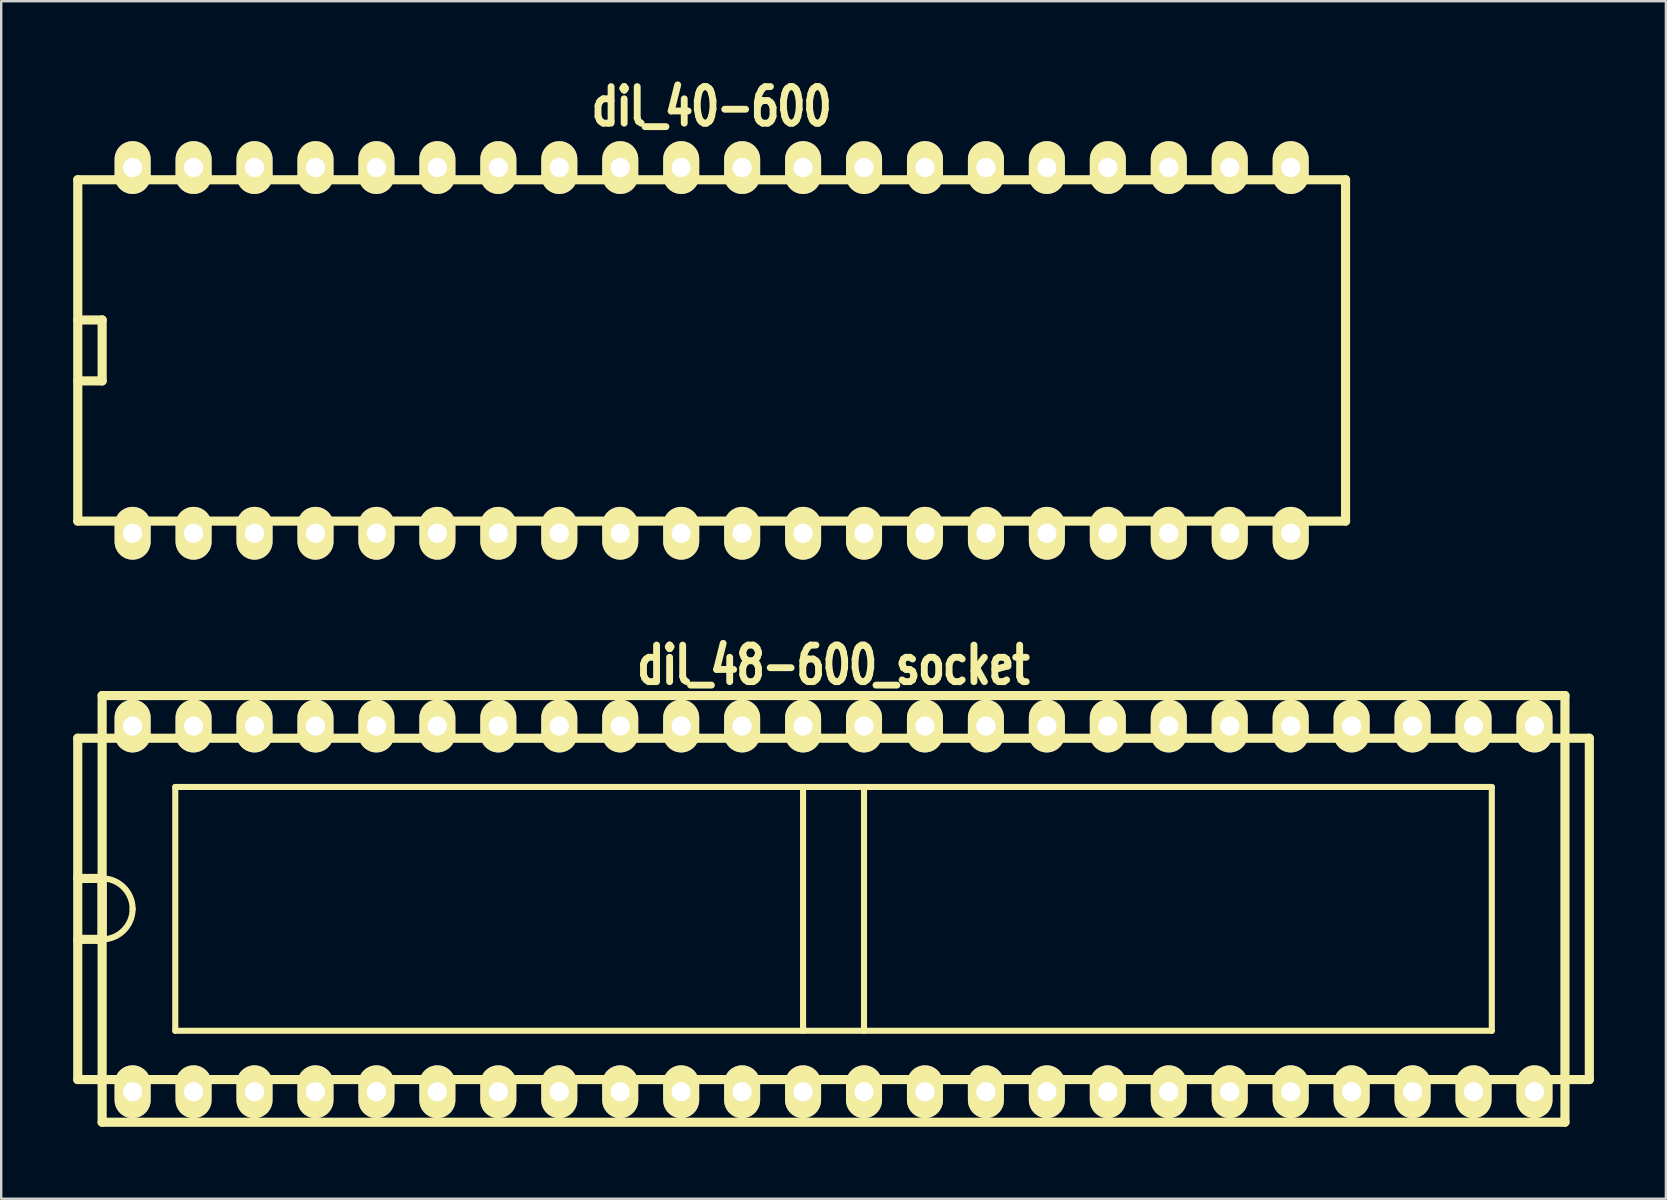
<source format=kicad_pcb>
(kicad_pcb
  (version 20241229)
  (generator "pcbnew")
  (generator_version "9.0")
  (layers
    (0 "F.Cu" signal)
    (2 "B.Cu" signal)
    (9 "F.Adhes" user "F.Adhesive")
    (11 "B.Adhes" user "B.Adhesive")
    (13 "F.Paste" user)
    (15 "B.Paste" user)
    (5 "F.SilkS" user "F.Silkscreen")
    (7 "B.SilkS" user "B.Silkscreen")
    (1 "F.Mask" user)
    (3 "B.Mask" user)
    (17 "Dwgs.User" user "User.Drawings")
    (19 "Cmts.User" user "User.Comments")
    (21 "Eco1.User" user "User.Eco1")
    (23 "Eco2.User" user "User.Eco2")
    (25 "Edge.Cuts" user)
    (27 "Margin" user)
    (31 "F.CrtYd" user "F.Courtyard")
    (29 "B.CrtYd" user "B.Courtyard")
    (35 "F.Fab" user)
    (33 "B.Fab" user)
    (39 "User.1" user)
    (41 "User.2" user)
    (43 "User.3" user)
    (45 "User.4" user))
  (footprint "dil_40-600"
    (layer "F.Cu")
    (at 26.607 11.553)
    (property "Reference" "dil_40-600" (at 0 -10.16 0) (layer "F.SilkS") (effects (font (size 1.524 1.143) (thickness 0.287))))
    (attr through_hole)
    (fp_line (start -26.416 -7.112) (end -26.416 7.112) (stroke (width 0.381) (type solid)) (layer "F.SilkS"))
    (fp_line (start -25.4 -1.27) (end -26.416 -1.27) (stroke (width 0.381) (type solid)) (layer "F.SilkS"))
    (fp_line (start -25.4 -1.27) (end -25.4 1.27) (stroke (width 0.381) (type solid)) (layer "F.SilkS"))
    (fp_line (start -25.4 1.27) (end -26.416 1.27) (stroke (width 0.381) (type solid)) (layer "F.SilkS"))
    (fp_line (start 26.416 -7.112) (end -26.416 -7.112) (stroke (width 0.381) (type solid)) (layer "F.SilkS"))
    (fp_line (start 26.416 7.112) (end -26.416 7.112) (stroke (width 0.381) (type solid)) (layer "F.SilkS"))
    (fp_line (start 26.416 7.112) (end 26.416 -7.112) (stroke (width 0.381) (type solid)) (layer "F.SilkS"))
    (pad "1" thru_hole oval (at -24.13 7.62) (size 1.501 2.2) (drill 0.8) (layers "*.Cu" "*.Mask" "F.SilkS"))
    (pad "2" thru_hole oval (at -21.59 7.62) (size 1.501 2.2) (drill 0.8) (layers "*.Cu" "*.Mask" "F.SilkS"))
    (pad "3" thru_hole oval (at -19.05 7.62) (size 1.501 2.2) (drill 0.8) (layers "*.Cu" "*.Mask" "F.SilkS"))
    (pad "4" thru_hole oval (at -16.51 7.62) (size 1.501 2.2) (drill 0.8) (layers "*.Cu" "*.Mask" "F.SilkS"))
    (pad "5" thru_hole oval (at -13.97 7.62) (size 1.501 2.2) (drill 0.8) (layers "*.Cu" "*.Mask" "F.SilkS"))
    (pad "6" thru_hole oval (at -11.43 7.62) (size 1.501 2.2) (drill 0.8) (layers "*.Cu" "*.Mask" "F.SilkS"))
    (pad "7" thru_hole oval (at -8.89 7.62) (size 1.501 2.2) (drill 0.8) (layers "*.Cu" "*.Mask" "F.SilkS"))
    (pad "8" thru_hole oval (at -6.35 7.62) (size 1.501 2.2) (drill 0.8) (layers "*.Cu" "*.Mask" "F.SilkS"))
    (pad "9" thru_hole oval (at -3.81 7.62) (size 1.501 2.2) (drill 0.8) (layers "*.Cu" "*.Mask" "F.SilkS"))
    (pad "10" thru_hole oval (at -1.27 7.62) (size 1.501 2.2) (drill 0.8) (layers "*.Cu" "*.Mask" "F.SilkS"))
    (pad "11" thru_hole oval (at 1.27 7.62) (size 1.501 2.2) (drill 0.8) (layers "*.Cu" "*.Mask" "F.SilkS"))
    (pad "12" thru_hole oval (at 3.81 7.62) (size 1.501 2.2) (drill 0.8) (layers "*.Cu" "*.Mask" "F.SilkS"))
    (pad "13" thru_hole oval (at 6.35 7.62) (size 1.501 2.2) (drill 0.8) (layers "*.Cu" "*.Mask" "F.SilkS"))
    (pad "14" thru_hole oval (at 8.89 7.62) (size 1.501 2.2) (drill 0.8) (layers "*.Cu" "*.Mask" "F.SilkS"))
    (pad "15" thru_hole oval (at 11.43 7.62) (size 1.501 2.2) (drill 0.8) (layers "*.Cu" "*.Mask" "F.SilkS"))
    (pad "16" thru_hole oval (at 13.97 7.62) (size 1.501 2.2) (drill 0.8) (layers "*.Cu" "*.Mask" "F.SilkS"))
    (pad "17" thru_hole oval (at 16.51 7.62) (size 1.501 2.2) (drill 0.8) (layers "*.Cu" "*.Mask" "F.SilkS"))
    (pad "18" thru_hole oval (at 19.05 7.62) (size 1.501 2.2) (drill 0.8) (layers "*.Cu" "*.Mask" "F.SilkS"))
    (pad "19" thru_hole oval (at 21.59 7.62) (size 1.501 2.2) (drill 0.8) (layers "*.Cu" "*.Mask" "F.SilkS"))
    (pad "20" thru_hole oval (at 24.13 7.62) (size 1.501 2.2) (drill 0.8) (layers "*.Cu" "*.Mask" "F.SilkS"))
    (pad "21" thru_hole oval (at 24.13 -7.62) (size 1.501 2.2) (drill 0.8) (layers "*.Cu" "*.Mask" "F.SilkS"))
    (pad "22" thru_hole oval (at 21.59 -7.62) (size 1.501 2.2) (drill 0.8) (layers "*.Cu" "*.Mask" "F.SilkS"))
    (pad "23" thru_hole oval (at 19.05 -7.62) (size 1.501 2.2) (drill 0.8) (layers "*.Cu" "*.Mask" "F.SilkS"))
    (pad "24" thru_hole oval (at 16.51 -7.62) (size 1.501 2.2) (drill 0.8) (layers "*.Cu" "*.Mask" "F.SilkS"))
    (pad "25" thru_hole oval (at 13.97 -7.62) (size 1.501 2.2) (drill 0.8) (layers "*.Cu" "*.Mask" "F.SilkS"))
    (pad "26" thru_hole oval (at 11.43 -7.62) (size 1.501 2.2) (drill 0.8) (layers "*.Cu" "*.Mask" "F.SilkS"))
    (pad "27" thru_hole oval (at 8.89 -7.62) (size 1.501 2.2) (drill 0.8) (layers "*.Cu" "*.Mask" "F.SilkS"))
    (pad "28" thru_hole oval (at 6.35 -7.62) (size 1.501 2.2) (drill 0.8) (layers "*.Cu" "*.Mask" "F.SilkS"))
    (pad "29" thru_hole oval (at 3.81 -7.62) (size 1.501 2.2) (drill 0.8) (layers "*.Cu" "*.Mask" "F.SilkS"))
    (pad "30" thru_hole oval (at 1.27 -7.62) (size 1.501 2.2) (drill 0.8) (layers "*.Cu" "*.Mask" "F.SilkS"))
    (pad "31" thru_hole oval (at -1.27 -7.62) (size 1.501 2.2) (drill 0.8) (layers "*.Cu" "*.Mask" "F.SilkS"))
    (pad "32" thru_hole oval (at -3.81 -7.62) (size 1.501 2.2) (drill 0.8) (layers "*.Cu" "*.Mask" "F.SilkS"))
    (pad "33" thru_hole oval (at -6.35 -7.62) (size 1.501 2.2) (drill 0.8) (layers "*.Cu" "*.Mask" "F.SilkS"))
    (pad "34" thru_hole oval (at -8.89 -7.62) (size 1.501 2.2) (drill 0.8) (layers "*.Cu" "*.Mask" "F.SilkS"))
    (pad "35" thru_hole oval (at -11.43 -7.62) (size 1.501 2.2) (drill 0.8) (layers "*.Cu" "*.Mask" "F.SilkS"))
    (pad "36" thru_hole oval (at -13.97 -7.62) (size 1.501 2.2) (drill 0.8) (layers "*.Cu" "*.Mask" "F.SilkS"))
    (pad "37" thru_hole oval (at -16.51 -7.62) (size 1.501 2.2) (drill 0.8) (layers "*.Cu" "*.Mask" "F.SilkS"))
    (pad "38" thru_hole oval (at -19.05 -7.62) (size 1.501 2.2) (drill 0.8) (layers "*.Cu" "*.Mask" "F.SilkS"))
    (pad "39" thru_hole oval (at -21.59 -7.62) (size 1.501 2.2) (drill 0.8) (layers "*.Cu" "*.Mask" "F.SilkS"))
    (pad "40" thru_hole oval (at -24.13 -7.62) (size 1.501 2.2) (drill 0.8) (layers "*.Cu" "*.Mask" "F.SilkS")))
  (footprint "dil_48-600_socket"
    (layer "F.Cu")
    (at 31.686 34.826)
    (property "Reference" "dil_48-600_socket" (at 0 -10.16 0) (layer "F.SilkS") (effects (font (size 1.524 1.143) (thickness 0.287))))
    (attr through_hole)
    (fp_line (start -31.496 -7.112) (end -31.496 7.112) (stroke (width 0.381) (type solid)) (layer "F.SilkS"))
    (fp_line (start -30.48 -8.89) (end 30.48 -8.89) (stroke (width 0.381) (type solid)) (layer "F.SilkS"))
    (fp_line (start -30.48 -1.27) (end -31.496 -1.27) (stroke (width 0.381) (type solid)) (layer "F.SilkS"))
    (fp_line (start -30.48 -1.27) (end -30.48 1.27) (stroke (width 0.381) (type solid)) (layer "F.SilkS"))
    (fp_line (start -30.48 1.27) (end -31.496 1.27) (stroke (width 0.381) (type solid)) (layer "F.SilkS"))
    (fp_line (start -30.48 8.89) (end -30.48 -8.89) (stroke (width 0.381) (type solid)) (layer "F.SilkS"))
    (fp_line (start -30.48 8.89) (end 30.48 8.89) (stroke (width 0.381) (type solid)) (layer "F.SilkS"))
    (fp_line (start -27.432 -5.08) (end -27.432 5.08) (stroke (width 0.254) (type solid)) (layer "F.SilkS"))
    (fp_line (start -27.432 5.08) (end 27.432 5.08) (stroke (width 0.254) (type solid)) (layer "F.SilkS"))
    (fp_line (start -1.27 -5.08) (end -1.27 5.08) (stroke (width 0.254) (type solid)) (layer "F.SilkS"))
    (fp_line (start 1.27 5.08) (end 1.27 -5.08) (stroke (width 0.254) (type solid)) (layer "F.SilkS"))
    (fp_line (start 27.432 -5.08) (end -27.432 -5.08) (stroke (width 0.254) (type solid)) (layer "F.SilkS"))
    (fp_line (start 27.432 -5.08) (end 27.432 5.08) (stroke (width 0.254) (type solid)) (layer "F.SilkS"))
    (fp_line (start 30.48 -8.89) (end 30.48 8.89) (stroke (width 0.381) (type solid)) (layer "F.SilkS"))
    (fp_line (start 31.496 -7.112) (end -31.496 -7.112) (stroke (width 0.381) (type solid)) (layer "F.SilkS"))
    (fp_line (start 31.496 7.112) (end -31.496 7.112) (stroke (width 0.381) (type solid)) (layer "F.SilkS"))
    (fp_line (start 31.496 7.112) (end 31.496 -7.112) (stroke (width 0.381) (type solid)) (layer "F.SilkS"))
    (fp_arc (start -30.48 -1.27) (mid -29.581974 -0.898026) (end -29.21 0) (stroke (width 0.254) (type solid)) (layer "F.SilkS"))
    (fp_arc (start -29.21 0) (mid -29.581974 0.898026) (end -30.48 1.27) (stroke (width 0.254) (type solid)) (layer "F.SilkS"))
    (pad "1" thru_hole oval (at -29.21 7.62) (size 1.501 2.2) (drill 0.8) (layers "*.Cu" "*.Mask" "F.SilkS"))
    (pad "2" thru_hole oval (at -26.67 7.62) (size 1.501 2.2) (drill 0.8) (layers "*.Cu" "*.Mask" "F.SilkS"))
    (pad "3" thru_hole oval (at -24.13 7.62) (size 1.501 2.2) (drill 0.8) (layers "*.Cu" "*.Mask" "F.SilkS"))
    (pad "4" thru_hole oval (at -21.59 7.62) (size 1.501 2.2) (drill 0.8) (layers "*.Cu" "*.Mask" "F.SilkS"))
    (pad "5" thru_hole oval (at -19.05 7.62) (size 1.501 2.2) (drill 0.8) (layers "*.Cu" "*.Mask" "F.SilkS"))
    (pad "6" thru_hole oval (at -16.51 7.62) (size 1.501 2.2) (drill 0.8) (layers "*.Cu" "*.Mask" "F.SilkS"))
    (pad "7" thru_hole oval (at -13.97 7.62) (size 1.501 2.2) (drill 0.8) (layers "*.Cu" "*.Mask" "F.SilkS"))
    (pad "8" thru_hole oval (at -11.43 7.62) (size 1.501 2.2) (drill 0.8) (layers "*.Cu" "*.Mask" "F.SilkS"))
    (pad "9" thru_hole oval (at -8.89 7.62) (size 1.501 2.2) (drill 0.8) (layers "*.Cu" "*.Mask" "F.SilkS"))
    (pad "10" thru_hole oval (at -6.35 7.62) (size 1.501 2.2) (drill 0.8) (layers "*.Cu" "*.Mask" "F.SilkS"))
    (pad "11" thru_hole oval (at -3.81 7.62) (size 1.501 2.2) (drill 0.8) (layers "*.Cu" "*.Mask" "F.SilkS"))
    (pad "12" thru_hole oval (at -1.27 7.62) (size 1.501 2.2) (drill 0.8) (layers "*.Cu" "*.Mask" "F.SilkS"))
    (pad "13" thru_hole oval (at 1.27 7.62) (size 1.501 2.2) (drill 0.8) (layers "*.Cu" "*.Mask" "F.SilkS"))
    (pad "14" thru_hole oval (at 3.81 7.62) (size 1.501 2.2) (drill 0.8) (layers "*.Cu" "*.Mask" "F.SilkS"))
    (pad "15" thru_hole oval (at 6.35 7.62) (size 1.501 2.2) (drill 0.8) (layers "*.Cu" "*.Mask" "F.SilkS"))
    (pad "16" thru_hole oval (at 8.89 7.62) (size 1.501 2.2) (drill 0.8) (layers "*.Cu" "*.Mask" "F.SilkS"))
    (pad "17" thru_hole oval (at 11.43 7.62) (size 1.501 2.2) (drill 0.8) (layers "*.Cu" "*.Mask" "F.SilkS"))
    (pad "18" thru_hole oval (at 13.97 7.62) (size 1.501 2.2) (drill 0.8) (layers "*.Cu" "*.Mask" "F.SilkS"))
    (pad "19" thru_hole oval (at 16.51 7.62) (size 1.501 2.2) (drill 0.8) (layers "*.Cu" "*.Mask" "F.SilkS"))
    (pad "20" thru_hole oval (at 19.05 7.62) (size 1.501 2.2) (drill 0.8) (layers "*.Cu" "*.Mask" "F.SilkS"))
    (pad "21" thru_hole oval (at 21.59 7.62) (size 1.501 2.2) (drill 0.8) (layers "*.Cu" "*.Mask" "F.SilkS"))
    (pad "22" thru_hole oval (at 24.13 7.62) (size 1.501 2.2) (drill 0.8) (layers "*.Cu" "*.Mask" "F.SilkS"))
    (pad "23" thru_hole oval (at 26.67 7.62) (size 1.501 2.2) (drill 0.8) (layers "*.Cu" "*.Mask" "F.SilkS"))
    (pad "24" thru_hole oval (at 29.21 7.62) (size 1.501 2.2) (drill 0.8) (layers "*.Cu" "*.Mask" "F.SilkS"))
    (pad "25" thru_hole oval (at 29.21 -7.62) (size 1.501 2.2) (drill 0.8) (layers "*.Cu" "*.Mask" "F.SilkS"))
    (pad "26" thru_hole oval (at 26.67 -7.62) (size 1.501 2.2) (drill 0.8) (layers "*.Cu" "*.Mask" "F.SilkS"))
    (pad "27" thru_hole oval (at 24.13 -7.62) (size 1.501 2.2) (drill 0.8) (layers "*.Cu" "*.Mask" "F.SilkS"))
    (pad "28" thru_hole oval (at 21.59 -7.62) (size 1.501 2.2) (drill 0.8) (layers "*.Cu" "*.Mask" "F.SilkS"))
    (pad "29" thru_hole oval (at 19.05 -7.62) (size 1.501 2.2) (drill 0.8) (layers "*.Cu" "*.Mask" "F.SilkS"))
    (pad "30" thru_hole oval (at 16.51 -7.62) (size 1.501 2.2) (drill 0.8) (layers "*.Cu" "*.Mask" "F.SilkS"))
    (pad "31" thru_hole oval (at 13.97 -7.62) (size 1.501 2.2) (drill 0.8) (layers "*.Cu" "*.Mask" "F.SilkS"))
    (pad "32" thru_hole oval (at 11.43 -7.62) (size 1.501 2.2) (drill 0.8) (layers "*.Cu" "*.Mask" "F.SilkS"))
    (pad "33" thru_hole oval (at 8.89 -7.62) (size 1.501 2.2) (drill 0.8) (layers "*.Cu" "*.Mask" "F.SilkS"))
    (pad "34" thru_hole oval (at 6.35 -7.62) (size 1.501 2.2) (drill 0.8) (layers "*.Cu" "*.Mask" "F.SilkS"))
    (pad "35" thru_hole oval (at 3.81 -7.62) (size 1.501 2.2) (drill 0.8) (layers "*.Cu" "*.Mask" "F.SilkS"))
    (pad "36" thru_hole oval (at 1.27 -7.62) (size 1.501 2.2) (drill 0.8) (layers "*.Cu" "*.Mask" "F.SilkS"))
    (pad "37" thru_hole oval (at -1.27 -7.62) (size 1.501 2.2) (drill 0.8) (layers "*.Cu" "*.Mask" "F.SilkS"))
    (pad "38" thru_hole oval (at -3.81 -7.62) (size 1.501 2.2) (drill 0.8) (layers "*.Cu" "*.Mask" "F.SilkS"))
    (pad "39" thru_hole oval (at -6.35 -7.62) (size 1.501 2.2) (drill 0.8) (layers "*.Cu" "*.Mask" "F.SilkS"))
    (pad "40" thru_hole oval (at -8.89 -7.62) (size 1.501 2.2) (drill 0.8) (layers "*.Cu" "*.Mask" "F.SilkS"))
    (pad "41" thru_hole oval (at -11.43 -7.62) (size 1.501 2.2) (drill 0.8) (layers "*.Cu" "*.Mask" "F.SilkS"))
    (pad "42" thru_hole oval (at -13.97 -7.62) (size 1.501 2.2) (drill 0.8) (layers "*.Cu" "*.Mask" "F.SilkS"))
    (pad "43" thru_hole oval (at -16.51 -7.62) (size 1.501 2.2) (drill 0.8) (layers "*.Cu" "*.Mask" "F.SilkS"))
    (pad "44" thru_hole oval (at -19.05 -7.62) (size 1.501 2.2) (drill 0.8) (layers "*.Cu" "*.Mask" "F.SilkS"))
    (pad "45" thru_hole oval (at -21.59 -7.62) (size 1.501 2.2) (drill 0.8) (layers "*.Cu" "*.Mask" "F.SilkS"))
    (pad "46" thru_hole oval (at -24.13 -7.62) (size 1.501 2.2) (drill 0.8) (layers "*.Cu" "*.Mask" "F.SilkS"))
    (pad "47" thru_hole oval (at -26.67 -7.62) (size 1.501 2.2) (drill 0.8) (layers "*.Cu" "*.Mask" "F.SilkS"))
    (pad "48" thru_hole oval (at -29.21 -7.62) (size 1.501 2.2) (drill 0.8) (layers "*.Cu" "*.Mask" "F.SilkS")))
  (gr_rect
    (start -3 -3)
    (end 66.373 46.906)
    (stroke (width 0.1) (type default))
    (fill no)
    (layer "Edge.Cuts")))
</source>
